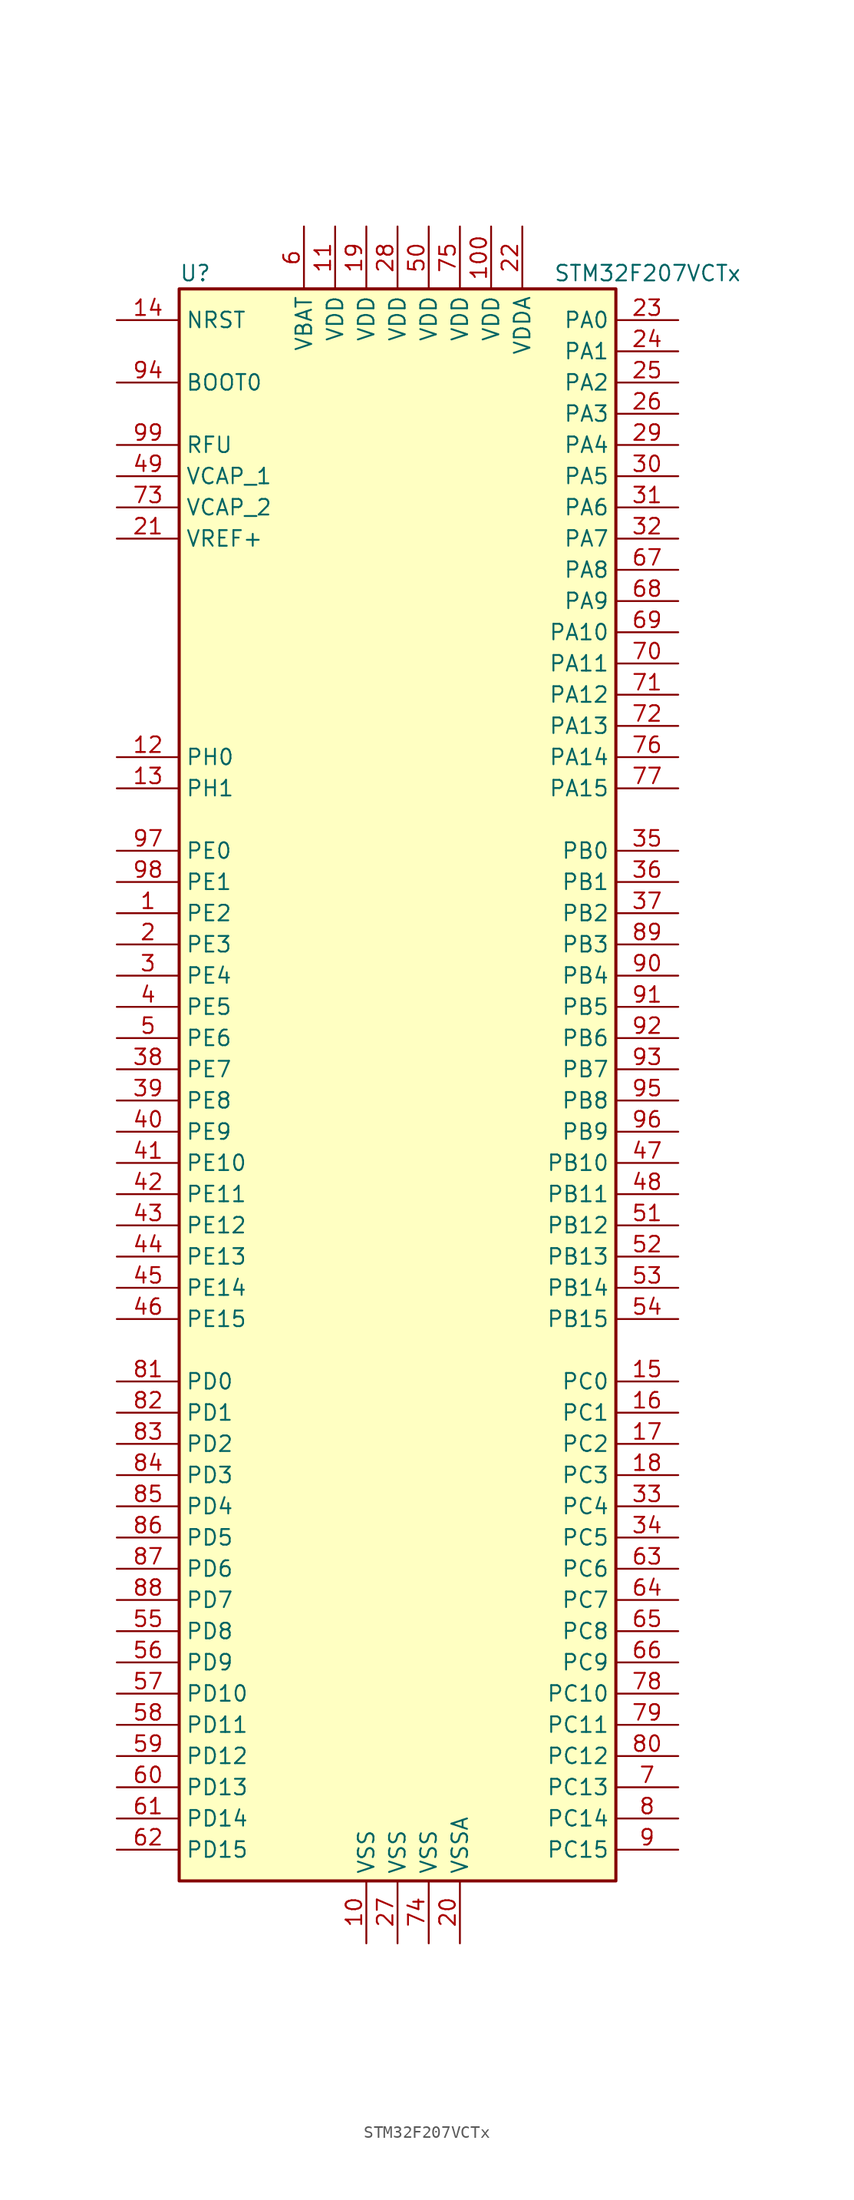
<source format=kicad_sym>
(kicad_symbol_lib
  (version 20201005)
  (generator kicad_symbol_editor)
  (symbol "MCU_ST_STM32F2:STM32F207VCTx"
    (property "Reference" "U"
      (at -17.78 64.77 0)
      (effects (font (size 1.27 1.27)) (justify left)))
    (property "Value" "STM32F207VCTx"
      (at 12.7 64.77 0)
      (effects (font (size 1.27 1.27)) (justify left)))
    (symbol "STM32F207VCTx_0_1"
      (rectangle (start -17.78 -66.04) (end 17.78 63.5) (stroke (width 0.254)) (fill (type background))))
    (symbol "STM32F207VCTx_1_1"
      (pin input line (at -22.86 55.88 0) (length 5.08) (name "BOOT0" (effects (font (size 1.27 1.27)))) (number "94" (effects (font (size 1.27 1.27)))))
      (pin input line (at -22.86 60.96 0) (length 5.08) (name "NRST" (effects (font (size 1.27 1.27)))) (number "14" (effects (font (size 1.27 1.27)))))
      (pin bidirectional line (at 22.86 60.96 180) (length 5.08) (name "PA0" (effects (font (size 1.27 1.27)))) (number "23" (effects (font (size 1.27 1.27)))))
      (pin bidirectional line (at 22.86 58.42 180) (length 5.08) (name "PA1" (effects (font (size 1.27 1.27)))) (number "24" (effects (font (size 1.27 1.27)))))
      (pin bidirectional line (at 22.86 35.56 180) (length 5.08) (name "PA10" (effects (font (size 1.27 1.27)))) (number "69" (effects (font (size 1.27 1.27)))))
      (pin bidirectional line (at 22.86 33.02 180) (length 5.08) (name "PA11" (effects (font (size 1.27 1.27)))) (number "70" (effects (font (size 1.27 1.27)))))
      (pin bidirectional line (at 22.86 30.48 180) (length 5.08) (name "PA12" (effects (font (size 1.27 1.27)))) (number "71" (effects (font (size 1.27 1.27)))))
      (pin bidirectional line (at 22.86 27.94 180) (length 5.08) (name "PA13" (effects (font (size 1.27 1.27)))) (number "72" (effects (font (size 1.27 1.27)))))
      (pin bidirectional line (at 22.86 25.4 180) (length 5.08) (name "PA14" (effects (font (size 1.27 1.27)))) (number "76" (effects (font (size 1.27 1.27)))))
      (pin bidirectional line (at 22.86 22.86 180) (length 5.08) (name "PA15" (effects (font (size 1.27 1.27)))) (number "77" (effects (font (size 1.27 1.27)))))
      (pin bidirectional line (at 22.86 55.88 180) (length 5.08) (name "PA2" (effects (font (size 1.27 1.27)))) (number "25" (effects (font (size 1.27 1.27)))))
      (pin bidirectional line (at 22.86 53.34 180) (length 5.08) (name "PA3" (effects (font (size 1.27 1.27)))) (number "26" (effects (font (size 1.27 1.27)))))
      (pin bidirectional line (at 22.86 50.8 180) (length 5.08) (name "PA4" (effects (font (size 1.27 1.27)))) (number "29" (effects (font (size 1.27 1.27)))))
      (pin bidirectional line (at 22.86 48.26 180) (length 5.08) (name "PA5" (effects (font (size 1.27 1.27)))) (number "30" (effects (font (size 1.27 1.27)))))
      (pin bidirectional line (at 22.86 45.72 180) (length 5.08) (name "PA6" (effects (font (size 1.27 1.27)))) (number "31" (effects (font (size 1.27 1.27)))))
      (pin bidirectional line (at 22.86 43.18 180) (length 5.08) (name "PA7" (effects (font (size 1.27 1.27)))) (number "32" (effects (font (size 1.27 1.27)))))
      (pin bidirectional line (at 22.86 40.64 180) (length 5.08) (name "PA8" (effects (font (size 1.27 1.27)))) (number "67" (effects (font (size 1.27 1.27)))))
      (pin bidirectional line (at 22.86 38.1 180) (length 5.08) (name "PA9" (effects (font (size 1.27 1.27)))) (number "68" (effects (font (size 1.27 1.27)))))
      (pin bidirectional line (at 22.86 17.78 180) (length 5.08) (name "PB0" (effects (font (size 1.27 1.27)))) (number "35" (effects (font (size 1.27 1.27)))))
      (pin bidirectional line (at 22.86 15.24 180) (length 5.08) (name "PB1" (effects (font (size 1.27 1.27)))) (number "36" (effects (font (size 1.27 1.27)))))
      (pin bidirectional line (at 22.86 -7.62 180) (length 5.08) (name "PB10" (effects (font (size 1.27 1.27)))) (number "47" (effects (font (size 1.27 1.27)))))
      (pin bidirectional line (at 22.86 -10.16 180) (length 5.08) (name "PB11" (effects (font (size 1.27 1.27)))) (number "48" (effects (font (size 1.27 1.27)))))
      (pin bidirectional line (at 22.86 -12.7 180) (length 5.08) (name "PB12" (effects (font (size 1.27 1.27)))) (number "51" (effects (font (size 1.27 1.27)))))
      (pin bidirectional line (at 22.86 -15.24 180) (length 5.08) (name "PB13" (effects (font (size 1.27 1.27)))) (number "52" (effects (font (size 1.27 1.27)))))
      (pin bidirectional line (at 22.86 -17.78 180) (length 5.08) (name "PB14" (effects (font (size 1.27 1.27)))) (number "53" (effects (font (size 1.27 1.27)))))
      (pin bidirectional line (at 22.86 -20.32 180) (length 5.08) (name "PB15" (effects (font (size 1.27 1.27)))) (number "54" (effects (font (size 1.27 1.27)))))
      (pin bidirectional line (at 22.86 12.7 180) (length 5.08) (name "PB2" (effects (font (size 1.27 1.27)))) (number "37" (effects (font (size 1.27 1.27)))))
      (pin bidirectional line (at 22.86 10.16 180) (length 5.08) (name "PB3" (effects (font (size 1.27 1.27)))) (number "89" (effects (font (size 1.27 1.27)))))
      (pin bidirectional line (at 22.86 7.62 180) (length 5.08) (name "PB4" (effects (font (size 1.27 1.27)))) (number "90" (effects (font (size 1.27 1.27)))))
      (pin bidirectional line (at 22.86 5.08 180) (length 5.08) (name "PB5" (effects (font (size 1.27 1.27)))) (number "91" (effects (font (size 1.27 1.27)))))
      (pin bidirectional line (at 22.86 2.54 180) (length 5.08) (name "PB6" (effects (font (size 1.27 1.27)))) (number "92" (effects (font (size 1.27 1.27)))))
      (pin bidirectional line (at 22.86 0 180) (length 5.08) (name "PB7" (effects (font (size 1.27 1.27)))) (number "93" (effects (font (size 1.27 1.27)))))
      (pin bidirectional line (at 22.86 -2.54 180) (length 5.08) (name "PB8" (effects (font (size 1.27 1.27)))) (number "95" (effects (font (size 1.27 1.27)))))
      (pin bidirectional line (at 22.86 -5.08 180) (length 5.08) (name "PB9" (effects (font (size 1.27 1.27)))) (number "96" (effects (font (size 1.27 1.27)))))
      (pin bidirectional line (at 22.86 -25.4 180) (length 5.08) (name "PC0" (effects (font (size 1.27 1.27)))) (number "15" (effects (font (size 1.27 1.27)))))
      (pin bidirectional line (at 22.86 -27.94 180) (length 5.08) (name "PC1" (effects (font (size 1.27 1.27)))) (number "16" (effects (font (size 1.27 1.27)))))
      (pin bidirectional line (at 22.86 -50.8 180) (length 5.08) (name "PC10" (effects (font (size 1.27 1.27)))) (number "78" (effects (font (size 1.27 1.27)))))
      (pin bidirectional line (at 22.86 -53.34 180) (length 5.08) (name "PC11" (effects (font (size 1.27 1.27)))) (number "79" (effects (font (size 1.27 1.27)))))
      (pin bidirectional line (at 22.86 -55.88 180) (length 5.08) (name "PC12" (effects (font (size 1.27 1.27)))) (number "80" (effects (font (size 1.27 1.27)))))
      (pin bidirectional line (at 22.86 -58.42 180) (length 5.08) (name "PC13" (effects (font (size 1.27 1.27)))) (number "7" (effects (font (size 1.27 1.27)))))
      (pin bidirectional line (at 22.86 -60.96 180) (length 5.08) (name "PC14" (effects (font (size 1.27 1.27)))) (number "8" (effects (font (size 1.27 1.27)))))
      (pin bidirectional line (at 22.86 -63.5 180) (length 5.08) (name "PC15" (effects (font (size 1.27 1.27)))) (number "9" (effects (font (size 1.27 1.27)))))
      (pin bidirectional line (at 22.86 -30.48 180) (length 5.08) (name "PC2" (effects (font (size 1.27 1.27)))) (number "17" (effects (font (size 1.27 1.27)))))
      (pin bidirectional line (at 22.86 -33.02 180) (length 5.08) (name "PC3" (effects (font (size 1.27 1.27)))) (number "18" (effects (font (size 1.27 1.27)))))
      (pin bidirectional line (at 22.86 -35.56 180) (length 5.08) (name "PC4" (effects (font (size 1.27 1.27)))) (number "33" (effects (font (size 1.27 1.27)))))
      (pin bidirectional line (at 22.86 -38.1 180) (length 5.08) (name "PC5" (effects (font (size 1.27 1.27)))) (number "34" (effects (font (size 1.27 1.27)))))
      (pin bidirectional line (at 22.86 -40.64 180) (length 5.08) (name "PC6" (effects (font (size 1.27 1.27)))) (number "63" (effects (font (size 1.27 1.27)))))
      (pin bidirectional line (at 22.86 -43.18 180) (length 5.08) (name "PC7" (effects (font (size 1.27 1.27)))) (number "64" (effects (font (size 1.27 1.27)))))
      (pin bidirectional line (at 22.86 -45.72 180) (length 5.08) (name "PC8" (effects (font (size 1.27 1.27)))) (number "65" (effects (font (size 1.27 1.27)))))
      (pin bidirectional line (at 22.86 -48.26 180) (length 5.08) (name "PC9" (effects (font (size 1.27 1.27)))) (number "66" (effects (font (size 1.27 1.27)))))
      (pin bidirectional line (at -22.86 -25.4 0) (length 5.08) (name "PD0" (effects (font (size 1.27 1.27)))) (number "81" (effects (font (size 1.27 1.27)))))
      (pin bidirectional line (at -22.86 -27.94 0) (length 5.08) (name "PD1" (effects (font (size 1.27 1.27)))) (number "82" (effects (font (size 1.27 1.27)))))
      (pin bidirectional line (at -22.86 -50.8 0) (length 5.08) (name "PD10" (effects (font (size 1.27 1.27)))) (number "57" (effects (font (size 1.27 1.27)))))
      (pin bidirectional line (at -22.86 -53.34 0) (length 5.08) (name "PD11" (effects (font (size 1.27 1.27)))) (number "58" (effects (font (size 1.27 1.27)))))
      (pin bidirectional line (at -22.86 -55.88 0) (length 5.08) (name "PD12" (effects (font (size 1.27 1.27)))) (number "59" (effects (font (size 1.27 1.27)))))
      (pin bidirectional line (at -22.86 -58.42 0) (length 5.08) (name "PD13" (effects (font (size 1.27 1.27)))) (number "60" (effects (font (size 1.27 1.27)))))
      (pin bidirectional line (at -22.86 -60.96 0) (length 5.08) (name "PD14" (effects (font (size 1.27 1.27)))) (number "61" (effects (font (size 1.27 1.27)))))
      (pin bidirectional line (at -22.86 -63.5 0) (length 5.08) (name "PD15" (effects (font (size 1.27 1.27)))) (number "62" (effects (font (size 1.27 1.27)))))
      (pin bidirectional line (at -22.86 -30.48 0) (length 5.08) (name "PD2" (effects (font (size 1.27 1.27)))) (number "83" (effects (font (size 1.27 1.27)))))
      (pin bidirectional line (at -22.86 -33.02 0) (length 5.08) (name "PD3" (effects (font (size 1.27 1.27)))) (number "84" (effects (font (size 1.27 1.27)))))
      (pin bidirectional line (at -22.86 -35.56 0) (length 5.08) (name "PD4" (effects (font (size 1.27 1.27)))) (number "85" (effects (font (size 1.27 1.27)))))
      (pin bidirectional line (at -22.86 -38.1 0) (length 5.08) (name "PD5" (effects (font (size 1.27 1.27)))) (number "86" (effects (font (size 1.27 1.27)))))
      (pin bidirectional line (at -22.86 -40.64 0) (length 5.08) (name "PD6" (effects (font (size 1.27 1.27)))) (number "87" (effects (font (size 1.27 1.27)))))
      (pin bidirectional line (at -22.86 -43.18 0) (length 5.08) (name "PD7" (effects (font (size 1.27 1.27)))) (number "88" (effects (font (size 1.27 1.27)))))
      (pin bidirectional line (at -22.86 -45.72 0) (length 5.08) (name "PD8" (effects (font (size 1.27 1.27)))) (number "55" (effects (font (size 1.27 1.27)))))
      (pin bidirectional line (at -22.86 -48.26 0) (length 5.08) (name "PD9" (effects (font (size 1.27 1.27)))) (number "56" (effects (font (size 1.27 1.27)))))
      (pin bidirectional line (at -22.86 17.78 0) (length 5.08) (name "PE0" (effects (font (size 1.27 1.27)))) (number "97" (effects (font (size 1.27 1.27)))))
      (pin bidirectional line (at -22.86 15.24 0) (length 5.08) (name "PE1" (effects (font (size 1.27 1.27)))) (number "98" (effects (font (size 1.27 1.27)))))
      (pin bidirectional line (at -22.86 -7.62 0) (length 5.08) (name "PE10" (effects (font (size 1.27 1.27)))) (number "41" (effects (font (size 1.27 1.27)))))
      (pin bidirectional line (at -22.86 -10.16 0) (length 5.08) (name "PE11" (effects (font (size 1.27 1.27)))) (number "42" (effects (font (size 1.27 1.27)))))
      (pin bidirectional line (at -22.86 -12.7 0) (length 5.08) (name "PE12" (effects (font (size 1.27 1.27)))) (number "43" (effects (font (size 1.27 1.27)))))
      (pin bidirectional line (at -22.86 -15.24 0) (length 5.08) (name "PE13" (effects (font (size 1.27 1.27)))) (number "44" (effects (font (size 1.27 1.27)))))
      (pin bidirectional line (at -22.86 -17.78 0) (length 5.08) (name "PE14" (effects (font (size 1.27 1.27)))) (number "45" (effects (font (size 1.27 1.27)))))
      (pin bidirectional line (at -22.86 -20.32 0) (length 5.08) (name "PE15" (effects (font (size 1.27 1.27)))) (number "46" (effects (font (size 1.27 1.27)))))
      (pin bidirectional line (at -22.86 12.7 0) (length 5.08) (name "PE2" (effects (font (size 1.27 1.27)))) (number "1" (effects (font (size 1.27 1.27)))))
      (pin bidirectional line (at -22.86 10.16 0) (length 5.08) (name "PE3" (effects (font (size 1.27 1.27)))) (number "2" (effects (font (size 1.27 1.27)))))
      (pin bidirectional line (at -22.86 7.62 0) (length 5.08) (name "PE4" (effects (font (size 1.27 1.27)))) (number "3" (effects (font (size 1.27 1.27)))))
      (pin bidirectional line (at -22.86 5.08 0) (length 5.08) (name "PE5" (effects (font (size 1.27 1.27)))) (number "4" (effects (font (size 1.27 1.27)))))
      (pin bidirectional line (at -22.86 2.54 0) (length 5.08) (name "PE6" (effects (font (size 1.27 1.27)))) (number "5" (effects (font (size 1.27 1.27)))))
      (pin bidirectional line (at -22.86 0 0) (length 5.08) (name "PE7" (effects (font (size 1.27 1.27)))) (number "38" (effects (font (size 1.27 1.27)))))
      (pin bidirectional line (at -22.86 -2.54 0) (length 5.08) (name "PE8" (effects (font (size 1.27 1.27)))) (number "39" (effects (font (size 1.27 1.27)))))
      (pin bidirectional line (at -22.86 -5.08 0) (length 5.08) (name "PE9" (effects (font (size 1.27 1.27)))) (number "40" (effects (font (size 1.27 1.27)))))
      (pin input line (at -22.86 25.4 0) (length 5.08) (name "PH0" (effects (font (size 1.27 1.27)))) (number "12" (effects (font (size 1.27 1.27)))))
      (pin input line (at -22.86 22.86 0) (length 5.08) (name "PH1" (effects (font (size 1.27 1.27)))) (number "13" (effects (font (size 1.27 1.27)))))
      (pin power_in line (at -22.86 50.8 0) (length 5.08) (name "RFU" (effects (font (size 1.27 1.27)))) (number "99" (effects (font (size 1.27 1.27)))))
      (pin power_in line (at -7.62 68.58 270) (length 5.08) (name "VBAT" (effects (font (size 1.27 1.27)))) (number "6" (effects (font (size 1.27 1.27)))))
      (pin power_in line (at -22.86 48.26 0) (length 5.08) (name "VCAP_1" (effects (font (size 1.27 1.27)))) (number "49" (effects (font (size 1.27 1.27)))))
      (pin power_in line (at -22.86 45.72 0) (length 5.08) (name "VCAP_2" (effects (font (size 1.27 1.27)))) (number "73" (effects (font (size 1.27 1.27)))))
      (pin power_in line (at 7.62 68.58 270) (length 5.08) (name "VDD" (effects (font (size 1.27 1.27)))) (number "100" (effects (font (size 1.27 1.27)))))
      (pin power_in line (at -5.08 68.58 270) (length 5.08) (name "VDD" (effects (font (size 1.27 1.27)))) (number "11" (effects (font (size 1.27 1.27)))))
      (pin power_in line (at -2.54 68.58 270) (length 5.08) (name "VDD" (effects (font (size 1.27 1.27)))) (number "19" (effects (font (size 1.27 1.27)))))
      (pin power_in line (at 0 68.58 270) (length 5.08) (name "VDD" (effects (font (size 1.27 1.27)))) (number "28" (effects (font (size 1.27 1.27)))))
      (pin power_in line (at 2.54 68.58 270) (length 5.08) (name "VDD" (effects (font (size 1.27 1.27)))) (number "50" (effects (font (size 1.27 1.27)))))
      (pin power_in line (at 5.08 68.58 270) (length 5.08) (name "VDD" (effects (font (size 1.27 1.27)))) (number "75" (effects (font (size 1.27 1.27)))))
      (pin power_in line (at 10.16 68.58 270) (length 5.08) (name "VDDA" (effects (font (size 1.27 1.27)))) (number "22" (effects (font (size 1.27 1.27)))))
      (pin power_in line (at -22.86 43.18 0) (length 5.08) (name "VREF+" (effects (font (size 1.27 1.27)))) (number "21" (effects (font (size 1.27 1.27)))))
      (pin power_in line (at -2.54 -71.12 90) (length 5.08) (name "VSS" (effects (font (size 1.27 1.27)))) (number "10" (effects (font (size 1.27 1.27)))))
      (pin power_in line (at 0 -71.12 90) (length 5.08) (name "VSS" (effects (font (size 1.27 1.27)))) (number "27" (effects (font (size 1.27 1.27)))))
      (pin power_in line (at 2.54 -71.12 90) (length 5.08) (name "VSS" (effects (font (size 1.27 1.27)))) (number "74" (effects (font (size 1.27 1.27)))))
      (pin power_in line (at 5.08 -71.12 90) (length 5.08) (name "VSSA" (effects (font (size 1.27 1.27)))) (number "20" (effects (font (size 1.27 1.27))))))))
</source>
